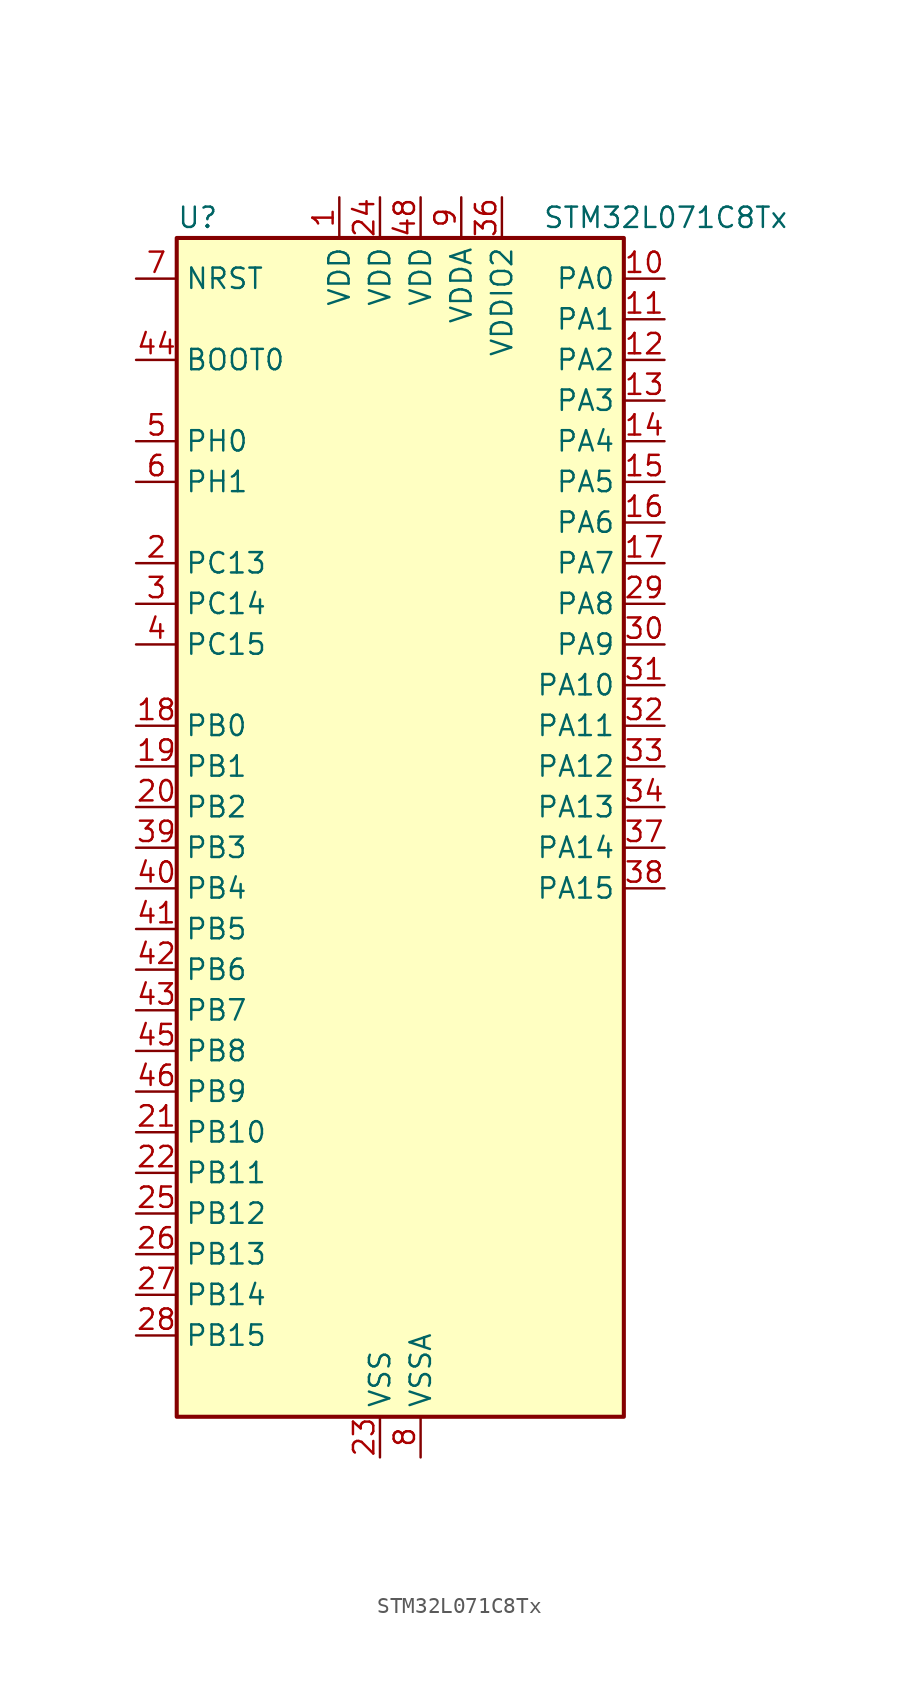
<source format=kicad_sym>
(kicad_symbol_lib
  (version 20220914)
  (generator kicad_symbol_editor)
  (symbol "STM32L071C8Tx"
    (property "Reference" "U"
      (at -12.7 39.37 0)
      (effects (font (size 1.27 1.27)) (justify left)))
    (property "Value" "STM32L071C8Tx"
      (at 10.16 39.37 0)
      (effects (font (size 1.27 1.27)) (justify left)))
    (property "ki_locked" ""
      (at 0 0 0)
      (effects (font (size 1.27 1.27))))
    (symbol "STM32L071C8Tx_0_1"
      (rectangle (start -12.7 -35.56) (end 15.24 38.1) (stroke (width 0.254) (type default)) (fill (type background))))
    (symbol "STM32L071C8Tx_1_1"
      (pin power_in line (at -2.54 40.64 270) (length 2.54) (name "VDD" (effects (font (size 1.27 1.27)))) (number "1" (effects (font (size 1.27 1.27)))))
      (pin bidirectional line (at 17.78 35.56 180) (length 2.54) (name "PA0" (effects (font (size 1.27 1.27)))) (number "10" (effects (font (size 1.27 1.27)))) (alternate "ADC_IN0" bidirectional line) (alternate "COMP1_INM" bidirectional line) (alternate "COMP1_OUT" bidirectional line) (alternate "RTC_TAMP2" bidirectional line) (alternate "SYS_WKUP1" bidirectional line) (alternate "TIM2_CH1" bidirectional line) (alternate "TIM2_ETR" bidirectional line) (alternate "USART2_CTS" bidirectional line) (alternate "USART4_TX" bidirectional line))
      (pin bidirectional line (at 17.78 33.02 180) (length 2.54) (name "PA1" (effects (font (size 1.27 1.27)))) (number "11" (effects (font (size 1.27 1.27)))) (alternate "ADC_IN1" bidirectional line) (alternate "COMP1_INP" bidirectional line) (alternate "TIM21_ETR" bidirectional line) (alternate "TIM2_CH2" bidirectional line) (alternate "USART2_DE" bidirectional line) (alternate "USART2_RTS" bidirectional line) (alternate "USART4_RX" bidirectional line))
      (pin bidirectional line (at 17.78 30.48 180) (length 2.54) (name "PA2" (effects (font (size 1.27 1.27)))) (number "12" (effects (font (size 1.27 1.27)))) (alternate "ADC_IN2" bidirectional line) (alternate "COMP2_INM" bidirectional line) (alternate "COMP2_OUT" bidirectional line) (alternate "LPUART1_TX" bidirectional line) (alternate "TIM21_CH1" bidirectional line) (alternate "TIM2_CH3" bidirectional line) (alternate "USART2_TX" bidirectional line))
      (pin bidirectional line (at 17.78 27.94 180) (length 2.54) (name "PA3" (effects (font (size 1.27 1.27)))) (number "13" (effects (font (size 1.27 1.27)))) (alternate "ADC_IN3" bidirectional line) (alternate "COMP2_INP" bidirectional line) (alternate "LPUART1_RX" bidirectional line) (alternate "TIM21_CH2" bidirectional line) (alternate "TIM2_CH4" bidirectional line) (alternate "USART2_RX" bidirectional line))
      (pin bidirectional line (at 17.78 25.4 180) (length 2.54) (name "PA4" (effects (font (size 1.27 1.27)))) (number "14" (effects (font (size 1.27 1.27)))) (alternate "ADC_IN4" bidirectional line) (alternate "COMP1_INM" bidirectional line) (alternate "COMP2_INM" bidirectional line) (alternate "SPI1_NSS" bidirectional line) (alternate "TIM22_ETR" bidirectional line) (alternate "USART2_CK" bidirectional line))
      (pin bidirectional line (at 17.78 22.86 180) (length 2.54) (name "PA5" (effects (font (size 1.27 1.27)))) (number "15" (effects (font (size 1.27 1.27)))) (alternate "ADC_IN5" bidirectional line) (alternate "COMP1_INM" bidirectional line) (alternate "COMP2_INM" bidirectional line) (alternate "SPI1_SCK" bidirectional line) (alternate "TIM2_CH1" bidirectional line) (alternate "TIM2_ETR" bidirectional line))
      (pin bidirectional line (at 17.78 20.32 180) (length 2.54) (name "PA6" (effects (font (size 1.27 1.27)))) (number "16" (effects (font (size 1.27 1.27)))) (alternate "ADC_IN6" bidirectional line) (alternate "COMP1_OUT" bidirectional line) (alternate "LPUART1_CTS" bidirectional line) (alternate "SPI1_MISO" bidirectional line) (alternate "TIM22_CH1" bidirectional line) (alternate "TIM3_CH1" bidirectional line))
      (pin bidirectional line (at 17.78 17.78 180) (length 2.54) (name "PA7" (effects (font (size 1.27 1.27)))) (number "17" (effects (font (size 1.27 1.27)))) (alternate "ADC_IN7" bidirectional line) (alternate "COMP2_OUT" bidirectional line) (alternate "SPI1_MOSI" bidirectional line) (alternate "TIM22_CH2" bidirectional line) (alternate "TIM3_CH2" bidirectional line))
      (pin bidirectional line (at -15.24 7.62 0) (length 2.54) (name "PB0" (effects (font (size 1.27 1.27)))) (number "18" (effects (font (size 1.27 1.27)))) (alternate "ADC_IN8" bidirectional line) (alternate "SYS_VREF_OUT_PB0" bidirectional line) (alternate "TIM3_CH3" bidirectional line))
      (pin bidirectional line (at -15.24 5.08 0) (length 2.54) (name "PB1" (effects (font (size 1.27 1.27)))) (number "19" (effects (font (size 1.27 1.27)))) (alternate "ADC_IN9" bidirectional line) (alternate "LPUART1_DE" bidirectional line) (alternate "LPUART1_RTS" bidirectional line) (alternate "SYS_VREF_OUT_PB1" bidirectional line) (alternate "TIM3_CH4" bidirectional line))
      (pin bidirectional line (at -15.24 17.78 0) (length 2.54) (name "PC13" (effects (font (size 1.27 1.27)))) (number "2" (effects (font (size 1.27 1.27)))) (alternate "RTC_OUT_ALARM" bidirectional line) (alternate "RTC_OUT_CALIB" bidirectional line) (alternate "RTC_TAMP1" bidirectional line) (alternate "RTC_TS" bidirectional line) (alternate "SYS_WKUP2" bidirectional line))
      (pin bidirectional line (at -15.24 2.54 0) (length 2.54) (name "PB2" (effects (font (size 1.27 1.27)))) (number "20" (effects (font (size 1.27 1.27)))) (alternate "I2C3_SMBA" bidirectional line) (alternate "LPTIM1_OUT" bidirectional line))
      (pin bidirectional line (at -15.24 -17.78 0) (length 2.54) (name "PB10" (effects (font (size 1.27 1.27)))) (number "21" (effects (font (size 1.27 1.27)))) (alternate "I2C2_SCL" bidirectional line) (alternate "LPUART1_RX" bidirectional line) (alternate "LPUART1_TX" bidirectional line) (alternate "SPI2_SCK" bidirectional line) (alternate "TIM2_CH3" bidirectional line))
      (pin bidirectional line (at -15.24 -20.32 0) (length 2.54) (name "PB11" (effects (font (size 1.27 1.27)))) (number "22" (effects (font (size 1.27 1.27)))) (alternate "ADC_EXTI11" bidirectional line) (alternate "I2C2_SDA" bidirectional line) (alternate "LPUART1_RX" bidirectional line) (alternate "LPUART1_TX" bidirectional line) (alternate "TIM2_CH4" bidirectional line))
      (pin power_in line (at 0 -38.1 90) (length 2.54) (name "VSS" (effects (font (size 1.27 1.27)))) (number "23" (effects (font (size 1.27 1.27)))))
      (pin power_in line (at 0 40.64 270) (length 2.54) (name "VDD" (effects (font (size 1.27 1.27)))) (number "24" (effects (font (size 1.27 1.27)))))
      (pin bidirectional line (at -15.24 -22.86 0) (length 2.54) (name "PB12" (effects (font (size 1.27 1.27)))) (number "25" (effects (font (size 1.27 1.27)))) (alternate "I2S2_WS" bidirectional line) (alternate "LPUART1_DE" bidirectional line) (alternate "LPUART1_RTS" bidirectional line) (alternate "SPI2_NSS" bidirectional line))
      (pin bidirectional line (at -15.24 -25.4 0) (length 2.54) (name "PB13" (effects (font (size 1.27 1.27)))) (number "26" (effects (font (size 1.27 1.27)))) (alternate "I2C2_SCL" bidirectional line) (alternate "I2S2_CK" bidirectional line) (alternate "LPUART1_CTS" bidirectional line) (alternate "RCC_MCO" bidirectional line) (alternate "SPI2_SCK" bidirectional line) (alternate "TIM21_CH1" bidirectional line))
      (pin bidirectional line (at -15.24 -27.94 0) (length 2.54) (name "PB14" (effects (font (size 1.27 1.27)))) (number "27" (effects (font (size 1.27 1.27)))) (alternate "I2C2_SDA" bidirectional line) (alternate "I2S2_MCK" bidirectional line) (alternate "LPUART1_DE" bidirectional line) (alternate "LPUART1_RTS" bidirectional line) (alternate "RTC_OUT_ALARM" bidirectional line) (alternate "RTC_OUT_CALIB" bidirectional line) (alternate "SPI2_MISO" bidirectional line) (alternate "TIM21_CH2" bidirectional line))
      (pin bidirectional line (at -15.24 -30.48 0) (length 2.54) (name "PB15" (effects (font (size 1.27 1.27)))) (number "28" (effects (font (size 1.27 1.27)))) (alternate "I2S2_SD" bidirectional line) (alternate "RTC_REFIN" bidirectional line) (alternate "SPI2_MOSI" bidirectional line))
      (pin bidirectional line (at 17.78 15.24 180) (length 2.54) (name "PA8" (effects (font (size 1.27 1.27)))) (number "29" (effects (font (size 1.27 1.27)))) (alternate "I2C3_SCL" bidirectional line) (alternate "RCC_MCO" bidirectional line) (alternate "USART1_CK" bidirectional line))
      (pin bidirectional line (at -15.24 15.24 0) (length 2.54) (name "PC14" (effects (font (size 1.27 1.27)))) (number "3" (effects (font (size 1.27 1.27)))) (alternate "RCC_OSC32_IN" bidirectional line))
      (pin bidirectional line (at 17.78 12.7 180) (length 2.54) (name "PA9" (effects (font (size 1.27 1.27)))) (number "30" (effects (font (size 1.27 1.27)))) (alternate "I2C1_SCL" bidirectional line) (alternate "I2C3_SMBA" bidirectional line) (alternate "RCC_MCO" bidirectional line) (alternate "USART1_TX" bidirectional line))
      (pin bidirectional line (at 17.78 10.16 180) (length 2.54) (name "PA10" (effects (font (size 1.27 1.27)))) (number "31" (effects (font (size 1.27 1.27)))) (alternate "I2C1_SDA" bidirectional line) (alternate "USART1_RX" bidirectional line))
      (pin bidirectional line (at 17.78 7.62 180) (length 2.54) (name "PA11" (effects (font (size 1.27 1.27)))) (number "32" (effects (font (size 1.27 1.27)))) (alternate "ADC_EXTI11" bidirectional line) (alternate "COMP1_OUT" bidirectional line) (alternate "SPI1_MISO" bidirectional line) (alternate "USART1_CTS" bidirectional line))
      (pin bidirectional line (at 17.78 5.08 180) (length 2.54) (name "PA12" (effects (font (size 1.27 1.27)))) (number "33" (effects (font (size 1.27 1.27)))) (alternate "COMP2_OUT" bidirectional line) (alternate "SPI1_MOSI" bidirectional line) (alternate "USART1_DE" bidirectional line) (alternate "USART1_RTS" bidirectional line))
      (pin bidirectional line (at 17.78 2.54 180) (length 2.54) (name "PA13" (effects (font (size 1.27 1.27)))) (number "34" (effects (font (size 1.27 1.27)))) (alternate "LPUART1_RX" bidirectional line) (alternate "SYS_SWDIO" bidirectional line))
      (pin passive line (at 0 -38.1 90) (length 2.54) hide (name "VSS" (effects (font (size 1.27 1.27)))) (number "35" (effects (font (size 1.27 1.27)))))
      (pin power_in line (at 7.62 40.64 270) (length 2.54) (name "VDDIO2" (effects (font (size 1.27 1.27)))) (number "36" (effects (font (size 1.27 1.27)))))
      (pin bidirectional line (at 17.78 0 180) (length 2.54) (name "PA14" (effects (font (size 1.27 1.27)))) (number "37" (effects (font (size 1.27 1.27)))) (alternate "LPUART1_TX" bidirectional line) (alternate "SYS_SWCLK" bidirectional line) (alternate "USART2_TX" bidirectional line))
      (pin bidirectional line (at 17.78 -2.54 180) (length 2.54) (name "PA15" (effects (font (size 1.27 1.27)))) (number "38" (effects (font (size 1.27 1.27)))) (alternate "SPI1_NSS" bidirectional line) (alternate "TIM2_CH1" bidirectional line) (alternate "TIM2_ETR" bidirectional line) (alternate "USART2_RX" bidirectional line) (alternate "USART4_DE" bidirectional line) (alternate "USART4_RTS" bidirectional line))
      (pin bidirectional line (at -15.24 0 0) (length 2.54) (name "PB3" (effects (font (size 1.27 1.27)))) (number "39" (effects (font (size 1.27 1.27)))) (alternate "COMP2_INM" bidirectional line) (alternate "SPI1_SCK" bidirectional line) (alternate "TIM2_CH2" bidirectional line) (alternate "USART1_DE" bidirectional line) (alternate "USART1_RTS" bidirectional line) (alternate "USART5_TX" bidirectional line))
      (pin bidirectional line (at -15.24 12.7 0) (length 2.54) (name "PC15" (effects (font (size 1.27 1.27)))) (number "4" (effects (font (size 1.27 1.27)))) (alternate "RCC_OSC32_OUT" bidirectional line))
      (pin bidirectional line (at -15.24 -2.54 0) (length 2.54) (name "PB4" (effects (font (size 1.27 1.27)))) (number "40" (effects (font (size 1.27 1.27)))) (alternate "COMP2_INP" bidirectional line) (alternate "I2C3_SDA" bidirectional line) (alternate "SPI1_MISO" bidirectional line) (alternate "TIM22_CH1" bidirectional line) (alternate "TIM3_CH1" bidirectional line) (alternate "USART1_CTS" bidirectional line) (alternate "USART5_RX" bidirectional line))
      (pin bidirectional line (at -15.24 -5.08 0) (length 2.54) (name "PB5" (effects (font (size 1.27 1.27)))) (number "41" (effects (font (size 1.27 1.27)))) (alternate "COMP2_INP" bidirectional line) (alternate "I2C1_SMBA" bidirectional line) (alternate "LPTIM1_IN1" bidirectional line) (alternate "SPI1_MOSI" bidirectional line) (alternate "TIM22_CH2" bidirectional line) (alternate "TIM3_CH2" bidirectional line) (alternate "USART1_CK" bidirectional line) (alternate "USART5_CK" bidirectional line) (alternate "USART5_DE" bidirectional line) (alternate "USART5_RTS" bidirectional line))
      (pin bidirectional line (at -15.24 -7.62 0) (length 2.54) (name "PB6" (effects (font (size 1.27 1.27)))) (number "42" (effects (font (size 1.27 1.27)))) (alternate "COMP2_INP" bidirectional line) (alternate "I2C1_SCL" bidirectional line) (alternate "LPTIM1_ETR" bidirectional line) (alternate "USART1_TX" bidirectional line))
      (pin bidirectional line (at -15.24 -10.16 0) (length 2.54) (name "PB7" (effects (font (size 1.27 1.27)))) (number "43" (effects (font (size 1.27 1.27)))) (alternate "COMP2_INP" bidirectional line) (alternate "I2C1_SDA" bidirectional line) (alternate "LPTIM1_IN2" bidirectional line) (alternate "SYS_PVD_IN" bidirectional line) (alternate "USART1_RX" bidirectional line) (alternate "USART4_CTS" bidirectional line))
      (pin input line (at -15.24 30.48 0) (length 2.54) (name "BOOT0" (effects (font (size 1.27 1.27)))) (number "44" (effects (font (size 1.27 1.27)))))
      (pin bidirectional line (at -15.24 -12.7 0) (length 2.54) (name "PB8" (effects (font (size 1.27 1.27)))) (number "45" (effects (font (size 1.27 1.27)))) (alternate "I2C1_SCL" bidirectional line))
      (pin bidirectional line (at -15.24 -15.24 0) (length 2.54) (name "PB9" (effects (font (size 1.27 1.27)))) (number "46" (effects (font (size 1.27 1.27)))) (alternate "I2C1_SDA" bidirectional line) (alternate "I2S2_WS" bidirectional line) (alternate "SPI2_NSS" bidirectional line))
      (pin passive line (at 0 -38.1 90) (length 2.54) hide (name "VSS" (effects (font (size 1.27 1.27)))) (number "47" (effects (font (size 1.27 1.27)))))
      (pin power_in line (at 2.54 40.64 270) (length 2.54) (name "VDD" (effects (font (size 1.27 1.27)))) (number "48" (effects (font (size 1.27 1.27)))))
      (pin bidirectional line (at -15.24 25.4 0) (length 2.54) (name "PH0" (effects (font (size 1.27 1.27)))) (number "5" (effects (font (size 1.27 1.27)))) (alternate "RCC_OSC_IN" bidirectional line))
      (pin bidirectional line (at -15.24 22.86 0) (length 2.54) (name "PH1" (effects (font (size 1.27 1.27)))) (number "6" (effects (font (size 1.27 1.27)))) (alternate "RCC_OSC_OUT" bidirectional line))
      (pin input line (at -15.24 35.56 0) (length 2.54) (name "NRST" (effects (font (size 1.27 1.27)))) (number "7" (effects (font (size 1.27 1.27)))))
      (pin power_in line (at 2.54 -38.1 90) (length 2.54) (name "VSSA" (effects (font (size 1.27 1.27)))) (number "8" (effects (font (size 1.27 1.27)))))
      (pin power_in line (at 5.08 40.64 270) (length 2.54) (name "VDDA" (effects (font (size 1.27 1.27)))) (number "9" (effects (font (size 1.27 1.27))))))))
</source>
